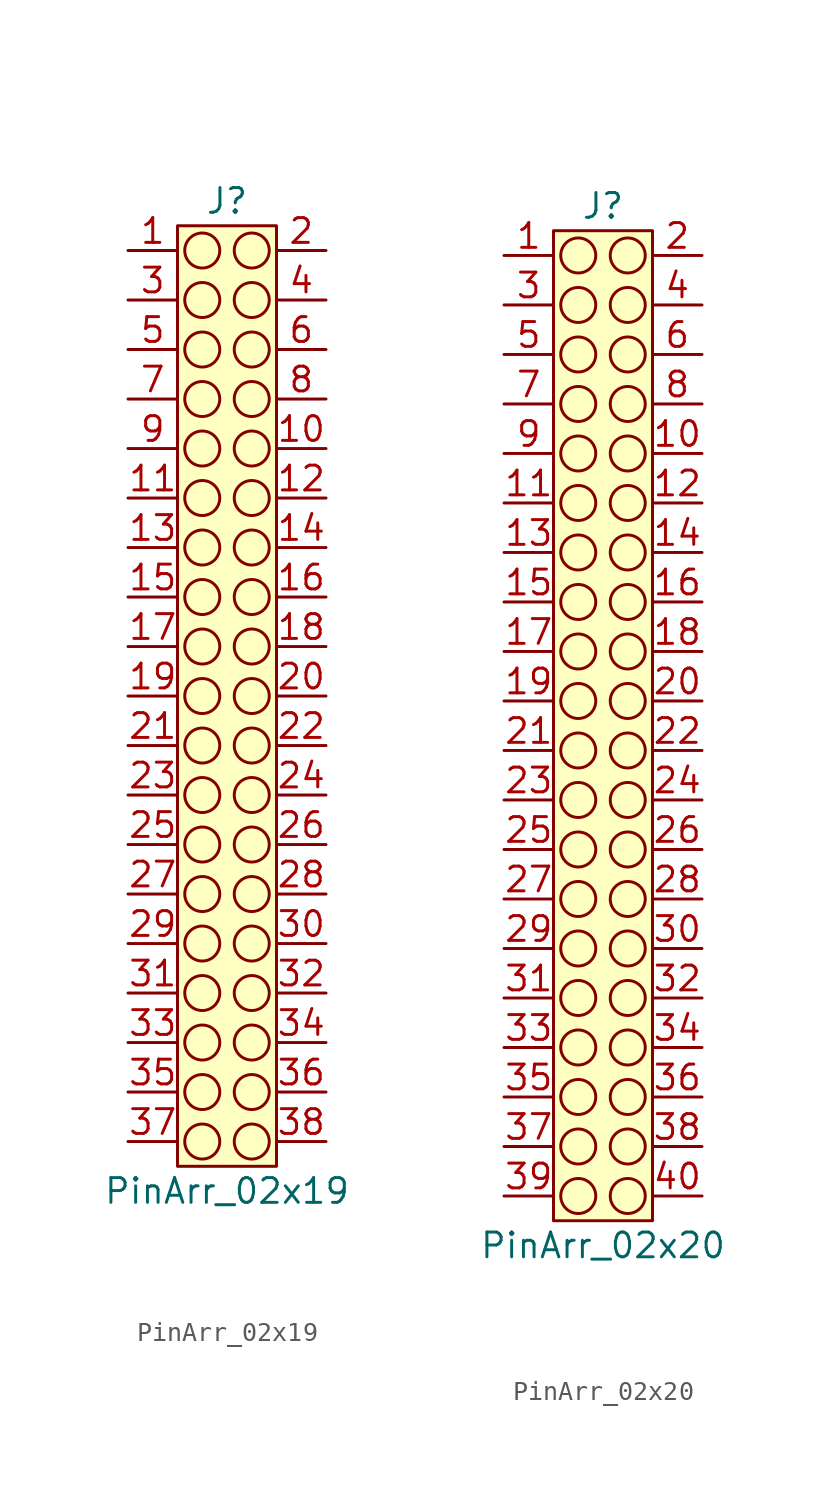
<source format=kicad_sym>
(kicad_symbol_lib
  (version 20220914)
  (generator kicad_symbol_editor)
  (symbol "PinArr_02x19"
    (property "Reference" "J"
      (at 0 25.4 0)
      (effects (font (size 1.27 1.27))))
    (property "Value" "PinArr_02x19"
      (at 0 -25.4 0)
      (effects (font (size 1.27 1.27))))
    (symbol "PinArr_02x19_0_1"
      (circle (center -1.27 -22.86) (radius 0.898) (stroke (width 0) (type default)) (fill (type none)))
      (circle (center -1.27 -20.32) (radius 0.898) (stroke (width 0) (type default)) (fill (type none)))
      (circle (center -1.27 -17.78) (radius 0.898) (stroke (width 0) (type default)) (fill (type none)))
      (circle (center -1.27 -15.24) (radius 0.898) (stroke (width 0) (type default)) (fill (type none)))
      (circle (center -1.27 -12.7) (radius 0.898) (stroke (width 0) (type default)) (fill (type none)))
      (circle (center -1.27 -10.16) (radius 0.898) (stroke (width 0) (type default)) (fill (type none)))
      (circle (center -1.27 -7.62) (radius 0.898) (stroke (width 0) (type default)) (fill (type none)))
      (circle (center -1.27 -5.08) (radius 0.898) (stroke (width 0) (type default)) (fill (type none)))
      (circle (center -1.27 -2.54) (radius 0.898) (stroke (width 0) (type default)) (fill (type none)))
      (circle (center -1.27 0) (radius 0.898) (stroke (width 0) (type default)) (fill (type none)))
      (circle (center -1.27 2.54) (radius 0.898) (stroke (width 0) (type default)) (fill (type none)))
      (circle (center -1.27 5.08) (radius 0.898) (stroke (width 0) (type default)) (fill (type none)))
      (circle (center -1.27 7.62) (radius 0.898) (stroke (width 0) (type default)) (fill (type none)))
      (circle (center -1.27 10.16) (radius 0.898) (stroke (width 0) (type default)) (fill (type none)))
      (circle (center -1.27 12.7) (radius 0.898) (stroke (width 0) (type default)) (fill (type none)))
      (circle (center -1.27 15.24) (radius 0.898) (stroke (width 0) (type default)) (fill (type none)))
      (circle (center -1.27 17.78) (radius 0.898) (stroke (width 0) (type default)) (fill (type none)))
      (circle (center -1.27 20.32) (radius 0.898) (stroke (width 0) (type default)) (fill (type none)))
      (circle (center -1.27 22.86) (radius 0.898) (stroke (width 0) (type default)) (fill (type none)))
      (circle (center 1.27 -22.86) (radius 0.898) (stroke (width 0) (type default)) (fill (type none)))
      (circle (center 1.27 -20.32) (radius 0.898) (stroke (width 0) (type default)) (fill (type none)))
      (circle (center 1.27 -17.78) (radius 0.898) (stroke (width 0) (type default)) (fill (type none)))
      (circle (center 1.27 -15.24) (radius 0.898) (stroke (width 0) (type default)) (fill (type none)))
      (circle (center 1.27 -12.7) (radius 0.898) (stroke (width 0) (type default)) (fill (type none)))
      (circle (center 1.27 -10.16) (radius 0.898) (stroke (width 0) (type default)) (fill (type none)))
      (circle (center 1.27 -7.62) (radius 0.898) (stroke (width 0) (type default)) (fill (type none)))
      (circle (center 1.27 -5.08) (radius 0.898) (stroke (width 0) (type default)) (fill (type none)))
      (circle (center 1.27 -2.54) (radius 0.898) (stroke (width 0) (type default)) (fill (type none)))
      (circle (center 1.27 0) (radius 0.898) (stroke (width 0) (type default)) (fill (type none)))
      (circle (center 1.27 2.54) (radius 0.898) (stroke (width 0) (type default)) (fill (type none)))
      (circle (center 1.27 5.08) (radius 0.898) (stroke (width 0) (type default)) (fill (type none)))
      (circle (center 1.27 7.62) (radius 0.898) (stroke (width 0) (type default)) (fill (type none)))
      (circle (center 1.27 10.16) (radius 0.898) (stroke (width 0) (type default)) (fill (type none)))
      (circle (center 1.27 12.7) (radius 0.898) (stroke (width 0) (type default)) (fill (type none)))
      (circle (center 1.27 15.24) (radius 0.898) (stroke (width 0) (type default)) (fill (type none)))
      (circle (center 1.27 17.78) (radius 0.898) (stroke (width 0) (type default)) (fill (type none)))
      (circle (center 1.27 20.32) (radius 0.898) (stroke (width 0) (type default)) (fill (type none)))
      (circle (center 1.27 22.86) (radius 0.898) (stroke (width 0) (type default)) (fill (type none))))
    (symbol "PinArr_02x19_1_1"
      (rectangle (start -2.54 24.13) (end 2.54 -24.13) (stroke (width 0) (type default)) (fill (type background)))
      (pin passive line (at -5.08 22.86 0) (length 2.54) (name "" (effects (font (size 1.27 1.27)))) (number "1" (effects (font (size 1.27 1.27)))))
      (pin passive line (at 5.08 12.7 180) (length 2.54) (name "" (effects (font (size 1.27 1.27)))) (number "10" (effects (font (size 1.27 1.27)))))
      (pin passive line (at -5.08 10.16 0) (length 2.54) (name "" (effects (font (size 1.27 1.27)))) (number "11" (effects (font (size 1.27 1.27)))))
      (pin passive line (at 5.08 10.16 180) (length 2.54) (name "" (effects (font (size 1.27 1.27)))) (number "12" (effects (font (size 1.27 1.27)))))
      (pin passive line (at -5.08 7.62 0) (length 2.54) (name "" (effects (font (size 1.27 1.27)))) (number "13" (effects (font (size 1.27 1.27)))))
      (pin passive line (at 5.08 7.62 180) (length 2.54) (name "" (effects (font (size 1.27 1.27)))) (number "14" (effects (font (size 1.27 1.27)))))
      (pin passive line (at -5.08 5.08 0) (length 2.54) (name "" (effects (font (size 1.27 1.27)))) (number "15" (effects (font (size 1.27 1.27)))))
      (pin passive line (at 5.08 5.08 180) (length 2.54) (name "" (effects (font (size 1.27 1.27)))) (number "16" (effects (font (size 1.27 1.27)))))
      (pin passive line (at -5.08 2.54 0) (length 2.54) (name "" (effects (font (size 1.27 1.27)))) (number "17" (effects (font (size 1.27 1.27)))))
      (pin passive line (at 5.08 2.54 180) (length 2.54) (name "" (effects (font (size 1.27 1.27)))) (number "18" (effects (font (size 1.27 1.27)))))
      (pin passive line (at -5.08 0 0) (length 2.54) (name "" (effects (font (size 1.27 1.27)))) (number "19" (effects (font (size 1.27 1.27)))))
      (pin passive line (at 5.08 22.86 180) (length 2.54) (name "" (effects (font (size 1.27 1.27)))) (number "2" (effects (font (size 1.27 1.27)))))
      (pin passive line (at 5.08 0 180) (length 2.54) (name "" (effects (font (size 1.27 1.27)))) (number "20" (effects (font (size 1.27 1.27)))))
      (pin passive line (at -5.08 -2.54 0) (length 2.54) (name "" (effects (font (size 1.27 1.27)))) (number "21" (effects (font (size 1.27 1.27)))))
      (pin passive line (at 5.08 -2.54 180) (length 2.54) (name "" (effects (font (size 1.27 1.27)))) (number "22" (effects (font (size 1.27 1.27)))))
      (pin passive line (at -5.08 -5.08 0) (length 2.54) (name "" (effects (font (size 1.27 1.27)))) (number "23" (effects (font (size 1.27 1.27)))))
      (pin passive line (at 5.08 -5.08 180) (length 2.54) (name "" (effects (font (size 1.27 1.27)))) (number "24" (effects (font (size 1.27 1.27)))))
      (pin passive line (at -5.08 -7.62 0) (length 2.54) (name "" (effects (font (size 1.27 1.27)))) (number "25" (effects (font (size 1.27 1.27)))))
      (pin passive line (at 5.08 -7.62 180) (length 2.54) (name "" (effects (font (size 1.27 1.27)))) (number "26" (effects (font (size 1.27 1.27)))))
      (pin passive line (at -5.08 -10.16 0) (length 2.54) (name "" (effects (font (size 1.27 1.27)))) (number "27" (effects (font (size 1.27 1.27)))))
      (pin passive line (at 5.08 -10.16 180) (length 2.54) (name "" (effects (font (size 1.27 1.27)))) (number "28" (effects (font (size 1.27 1.27)))))
      (pin passive line (at -5.08 -12.7 0) (length 2.54) (name "" (effects (font (size 1.27 1.27)))) (number "29" (effects (font (size 1.27 1.27)))))
      (pin passive line (at -5.08 20.32 0) (length 2.54) (name "" (effects (font (size 1.27 1.27)))) (number "3" (effects (font (size 1.27 1.27)))))
      (pin passive line (at 5.08 -12.7 180) (length 2.54) (name "" (effects (font (size 1.27 1.27)))) (number "30" (effects (font (size 1.27 1.27)))))
      (pin passive line (at -5.08 -15.24 0) (length 2.54) (name "" (effects (font (size 1.27 1.27)))) (number "31" (effects (font (size 1.27 1.27)))))
      (pin passive line (at 5.08 -15.24 180) (length 2.54) (name "" (effects (font (size 1.27 1.27)))) (number "32" (effects (font (size 1.27 1.27)))))
      (pin passive line (at -5.08 -17.78 0) (length 2.54) (name "" (effects (font (size 1.27 1.27)))) (number "33" (effects (font (size 1.27 1.27)))))
      (pin passive line (at 5.08 -17.78 180) (length 2.54) (name "" (effects (font (size 1.27 1.27)))) (number "34" (effects (font (size 1.27 1.27)))))
      (pin passive line (at -5.08 -20.32 0) (length 2.54) (name "" (effects (font (size 1.27 1.27)))) (number "35" (effects (font (size 1.27 1.27)))))
      (pin passive line (at 5.08 -20.32 180) (length 2.54) (name "" (effects (font (size 1.27 1.27)))) (number "36" (effects (font (size 1.27 1.27)))))
      (pin passive line (at -5.08 -22.86 0) (length 2.54) (name "" (effects (font (size 1.27 1.27)))) (number "37" (effects (font (size 1.27 1.27)))))
      (pin passive line (at 5.08 -22.86 180) (length 2.54) (name "" (effects (font (size 1.27 1.27)))) (number "38" (effects (font (size 1.27 1.27)))))
      (pin passive line (at 5.08 20.32 180) (length 2.54) (name "" (effects (font (size 1.27 1.27)))) (number "4" (effects (font (size 1.27 1.27)))))
      (pin passive line (at -5.08 17.78 0) (length 2.54) (name "" (effects (font (size 1.27 1.27)))) (number "5" (effects (font (size 1.27 1.27)))))
      (pin passive line (at 5.08 17.78 180) (length 2.54) (name "" (effects (font (size 1.27 1.27)))) (number "6" (effects (font (size 1.27 1.27)))))
      (pin passive line (at -5.08 15.24 0) (length 2.54) (name "" (effects (font (size 1.27 1.27)))) (number "7" (effects (font (size 1.27 1.27)))))
      (pin passive line (at 5.08 15.24 180) (length 2.54) (name "" (effects (font (size 1.27 1.27)))) (number "8" (effects (font (size 1.27 1.27)))))
      (pin passive line (at -5.08 12.7 0) (length 2.54) (name "" (effects (font (size 1.27 1.27)))) (number "9" (effects (font (size 1.27 1.27)))))))
  (symbol "PinArr_02x20"
    (property "Reference" "J"
      (at 0 26.67 0)
      (effects (font (size 1.27 1.27))))
    (property "Value" "PinArr_02x20"
      (at 0 -26.67 0)
      (effects (font (size 1.27 1.27))))
    (symbol "PinArr_02x20_0_1"
      (circle (center -1.27 -24.13) (radius 0.898) (stroke (width 0) (type default)) (fill (type none)))
      (circle (center -1.27 -21.59) (radius 0.898) (stroke (width 0) (type default)) (fill (type none)))
      (circle (center -1.27 -19.05) (radius 0.898) (stroke (width 0) (type default)) (fill (type none)))
      (circle (center -1.27 -16.51) (radius 0.898) (stroke (width 0) (type default)) (fill (type none)))
      (circle (center -1.27 -13.97) (radius 0.898) (stroke (width 0) (type default)) (fill (type none)))
      (circle (center -1.27 -11.43) (radius 0.898) (stroke (width 0) (type default)) (fill (type none)))
      (circle (center -1.27 -8.89) (radius 0.898) (stroke (width 0) (type default)) (fill (type none)))
      (circle (center -1.27 -6.35) (radius 0.898) (stroke (width 0) (type default)) (fill (type none)))
      (circle (center -1.27 -3.81) (radius 0.898) (stroke (width 0) (type default)) (fill (type none)))
      (circle (center -1.27 -1.27) (radius 0.898) (stroke (width 0) (type default)) (fill (type none)))
      (circle (center -1.27 1.27) (radius 0.898) (stroke (width 0) (type default)) (fill (type none)))
      (circle (center -1.27 3.81) (radius 0.898) (stroke (width 0) (type default)) (fill (type none)))
      (circle (center -1.27 6.35) (radius 0.898) (stroke (width 0) (type default)) (fill (type none)))
      (circle (center -1.27 8.89) (radius 0.898) (stroke (width 0) (type default)) (fill (type none)))
      (circle (center -1.27 11.43) (radius 0.898) (stroke (width 0) (type default)) (fill (type none)))
      (circle (center -1.27 13.97) (radius 0.898) (stroke (width 0) (type default)) (fill (type none)))
      (circle (center -1.27 16.51) (radius 0.898) (stroke (width 0) (type default)) (fill (type none)))
      (circle (center -1.27 19.05) (radius 0.898) (stroke (width 0) (type default)) (fill (type none)))
      (circle (center -1.27 21.59) (radius 0.898) (stroke (width 0) (type default)) (fill (type none)))
      (circle (center -1.27 24.13) (radius 0.898) (stroke (width 0) (type default)) (fill (type none)))
      (circle (center 1.27 -24.13) (radius 0.898) (stroke (width 0) (type default)) (fill (type none)))
      (circle (center 1.27 -21.59) (radius 0.898) (stroke (width 0) (type default)) (fill (type none)))
      (circle (center 1.27 -19.05) (radius 0.898) (stroke (width 0) (type default)) (fill (type none)))
      (circle (center 1.27 -16.51) (radius 0.898) (stroke (width 0) (type default)) (fill (type none)))
      (circle (center 1.27 -13.97) (radius 0.898) (stroke (width 0) (type default)) (fill (type none)))
      (circle (center 1.27 -11.43) (radius 0.898) (stroke (width 0) (type default)) (fill (type none)))
      (circle (center 1.27 -8.89) (radius 0.898) (stroke (width 0) (type default)) (fill (type none)))
      (circle (center 1.27 -6.35) (radius 0.898) (stroke (width 0) (type default)) (fill (type none)))
      (circle (center 1.27 -3.81) (radius 0.898) (stroke (width 0) (type default)) (fill (type none)))
      (circle (center 1.27 -1.27) (radius 0.898) (stroke (width 0) (type default)) (fill (type none)))
      (circle (center 1.27 1.27) (radius 0.898) (stroke (width 0) (type default)) (fill (type none)))
      (circle (center 1.27 3.81) (radius 0.898) (stroke (width 0) (type default)) (fill (type none)))
      (circle (center 1.27 6.35) (radius 0.898) (stroke (width 0) (type default)) (fill (type none)))
      (circle (center 1.27 8.89) (radius 0.898) (stroke (width 0) (type default)) (fill (type none)))
      (circle (center 1.27 11.43) (radius 0.898) (stroke (width 0) (type default)) (fill (type none)))
      (circle (center 1.27 13.97) (radius 0.898) (stroke (width 0) (type default)) (fill (type none)))
      (circle (center 1.27 16.51) (radius 0.898) (stroke (width 0) (type default)) (fill (type none)))
      (circle (center 1.27 19.05) (radius 0.898) (stroke (width 0) (type default)) (fill (type none)))
      (circle (center 1.27 21.59) (radius 0.898) (stroke (width 0) (type default)) (fill (type none)))
      (circle (center 1.27 24.13) (radius 0.898) (stroke (width 0) (type default)) (fill (type none))))
    (symbol "PinArr_02x20_1_1"
      (rectangle (start -2.54 25.4) (end 2.54 -25.4) (stroke (width 0) (type default)) (fill (type background)))
      (pin passive line (at -5.08 24.13 0) (length 2.54) (name "" (effects (font (size 1.27 1.27)))) (number "1" (effects (font (size 1.27 1.27)))))
      (pin passive line (at 5.08 13.97 180) (length 2.54) (name "" (effects (font (size 1.27 1.27)))) (number "10" (effects (font (size 1.27 1.27)))))
      (pin passive line (at -5.08 11.43 0) (length 2.54) (name "" (effects (font (size 1.27 1.27)))) (number "11" (effects (font (size 1.27 1.27)))))
      (pin passive line (at 5.08 11.43 180) (length 2.54) (name "" (effects (font (size 1.27 1.27)))) (number "12" (effects (font (size 1.27 1.27)))))
      (pin passive line (at -5.08 8.89 0) (length 2.54) (name "" (effects (font (size 1.27 1.27)))) (number "13" (effects (font (size 1.27 1.27)))))
      (pin passive line (at 5.08 8.89 180) (length 2.54) (name "" (effects (font (size 1.27 1.27)))) (number "14" (effects (font (size 1.27 1.27)))))
      (pin passive line (at -5.08 6.35 0) (length 2.54) (name "" (effects (font (size 1.27 1.27)))) (number "15" (effects (font (size 1.27 1.27)))))
      (pin passive line (at 5.08 6.35 180) (length 2.54) (name "" (effects (font (size 1.27 1.27)))) (number "16" (effects (font (size 1.27 1.27)))))
      (pin passive line (at -5.08 3.81 0) (length 2.54) (name "" (effects (font (size 1.27 1.27)))) (number "17" (effects (font (size 1.27 1.27)))))
      (pin passive line (at 5.08 3.81 180) (length 2.54) (name "" (effects (font (size 1.27 1.27)))) (number "18" (effects (font (size 1.27 1.27)))))
      (pin passive line (at -5.08 1.27 0) (length 2.54) (name "" (effects (font (size 1.27 1.27)))) (number "19" (effects (font (size 1.27 1.27)))))
      (pin passive line (at 5.08 24.13 180) (length 2.54) (name "" (effects (font (size 1.27 1.27)))) (number "2" (effects (font (size 1.27 1.27)))))
      (pin passive line (at 5.08 1.27 180) (length 2.54) (name "" (effects (font (size 1.27 1.27)))) (number "20" (effects (font (size 1.27 1.27)))))
      (pin passive line (at -5.08 -1.27 0) (length 2.54) (name "" (effects (font (size 1.27 1.27)))) (number "21" (effects (font (size 1.27 1.27)))))
      (pin passive line (at 5.08 -1.27 180) (length 2.54) (name "" (effects (font (size 1.27 1.27)))) (number "22" (effects (font (size 1.27 1.27)))))
      (pin passive line (at -5.08 -3.81 0) (length 2.54) (name "" (effects (font (size 1.27 1.27)))) (number "23" (effects (font (size 1.27 1.27)))))
      (pin passive line (at 5.08 -3.81 180) (length 2.54) (name "" (effects (font (size 1.27 1.27)))) (number "24" (effects (font (size 1.27 1.27)))))
      (pin passive line (at -5.08 -6.35 0) (length 2.54) (name "" (effects (font (size 1.27 1.27)))) (number "25" (effects (font (size 1.27 1.27)))))
      (pin passive line (at 5.08 -6.35 180) (length 2.54) (name "" (effects (font (size 1.27 1.27)))) (number "26" (effects (font (size 1.27 1.27)))))
      (pin passive line (at -5.08 -8.89 0) (length 2.54) (name "" (effects (font (size 1.27 1.27)))) (number "27" (effects (font (size 1.27 1.27)))))
      (pin passive line (at 5.08 -8.89 180) (length 2.54) (name "" (effects (font (size 1.27 1.27)))) (number "28" (effects (font (size 1.27 1.27)))))
      (pin passive line (at -5.08 -11.43 0) (length 2.54) (name "" (effects (font (size 1.27 1.27)))) (number "29" (effects (font (size 1.27 1.27)))))
      (pin passive line (at -5.08 21.59 0) (length 2.54) (name "" (effects (font (size 1.27 1.27)))) (number "3" (effects (font (size 1.27 1.27)))))
      (pin passive line (at 5.08 -11.43 180) (length 2.54) (name "" (effects (font (size 1.27 1.27)))) (number "30" (effects (font (size 1.27 1.27)))))
      (pin passive line (at -5.08 -13.97 0) (length 2.54) (name "" (effects (font (size 1.27 1.27)))) (number "31" (effects (font (size 1.27 1.27)))))
      (pin passive line (at 5.08 -13.97 180) (length 2.54) (name "" (effects (font (size 1.27 1.27)))) (number "32" (effects (font (size 1.27 1.27)))))
      (pin passive line (at -5.08 -16.51 0) (length 2.54) (name "" (effects (font (size 1.27 1.27)))) (number "33" (effects (font (size 1.27 1.27)))))
      (pin passive line (at 5.08 -16.51 180) (length 2.54) (name "" (effects (font (size 1.27 1.27)))) (number "34" (effects (font (size 1.27 1.27)))))
      (pin passive line (at -5.08 -19.05 0) (length 2.54) (name "" (effects (font (size 1.27 1.27)))) (number "35" (effects (font (size 1.27 1.27)))))
      (pin passive line (at 5.08 -19.05 180) (length 2.54) (name "" (effects (font (size 1.27 1.27)))) (number "36" (effects (font (size 1.27 1.27)))))
      (pin passive line (at -5.08 -21.59 0) (length 2.54) (name "" (effects (font (size 1.27 1.27)))) (number "37" (effects (font (size 1.27 1.27)))))
      (pin passive line (at 5.08 -21.59 180) (length 2.54) (name "" (effects (font (size 1.27 1.27)))) (number "38" (effects (font (size 1.27 1.27)))))
      (pin passive line (at -5.08 -24.13 0) (length 2.54) (name "" (effects (font (size 1.27 1.27)))) (number "39" (effects (font (size 1.27 1.27)))))
      (pin passive line (at 5.08 21.59 180) (length 2.54) (name "" (effects (font (size 1.27 1.27)))) (number "4" (effects (font (size 1.27 1.27)))))
      (pin passive line (at 5.08 -24.13 180) (length 2.54) (name "" (effects (font (size 1.27 1.27)))) (number "40" (effects (font (size 1.27 1.27)))))
      (pin passive line (at -5.08 19.05 0) (length 2.54) (name "" (effects (font (size 1.27 1.27)))) (number "5" (effects (font (size 1.27 1.27)))))
      (pin passive line (at 5.08 19.05 180) (length 2.54) (name "" (effects (font (size 1.27 1.27)))) (number "6" (effects (font (size 1.27 1.27)))))
      (pin passive line (at -5.08 16.51 0) (length 2.54) (name "" (effects (font (size 1.27 1.27)))) (number "7" (effects (font (size 1.27 1.27)))))
      (pin passive line (at 5.08 16.51 180) (length 2.54) (name "" (effects (font (size 1.27 1.27)))) (number "8" (effects (font (size 1.27 1.27)))))
      (pin passive line (at -5.08 13.97 0) (length 2.54) (name "" (effects (font (size 1.27 1.27)))) (number "9" (effects (font (size 1.27 1.27))))))))
</source>
